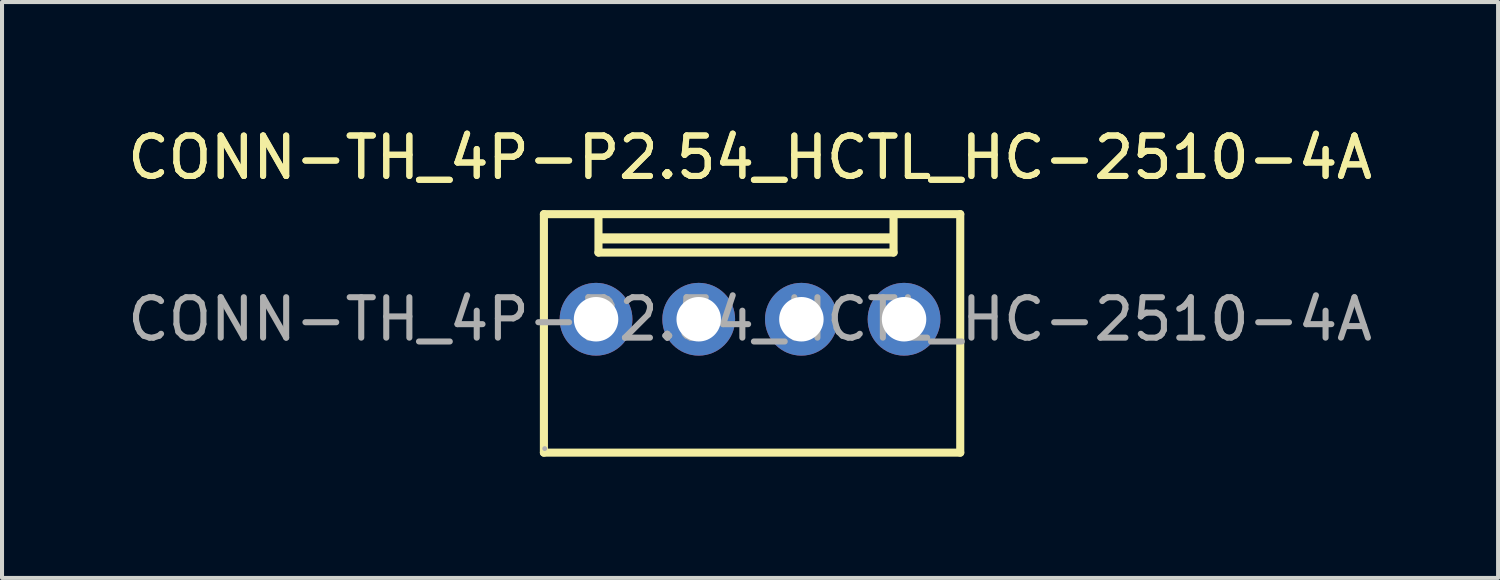
<source format=kicad_pcb>
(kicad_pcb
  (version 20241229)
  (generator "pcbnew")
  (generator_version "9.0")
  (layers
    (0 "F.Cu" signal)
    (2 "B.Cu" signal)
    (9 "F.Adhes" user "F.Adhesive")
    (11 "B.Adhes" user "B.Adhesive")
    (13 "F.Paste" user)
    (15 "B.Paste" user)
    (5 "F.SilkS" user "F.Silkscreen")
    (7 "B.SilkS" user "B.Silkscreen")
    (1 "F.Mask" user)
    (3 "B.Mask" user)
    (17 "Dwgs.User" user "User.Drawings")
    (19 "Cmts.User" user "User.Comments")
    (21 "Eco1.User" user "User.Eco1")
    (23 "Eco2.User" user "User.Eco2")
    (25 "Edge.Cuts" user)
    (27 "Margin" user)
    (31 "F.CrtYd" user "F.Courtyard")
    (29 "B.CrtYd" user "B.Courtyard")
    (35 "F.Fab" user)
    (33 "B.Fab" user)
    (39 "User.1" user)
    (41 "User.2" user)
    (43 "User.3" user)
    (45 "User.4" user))
  (footprint "CONN-TH_4P-P2.54_HCTL_HC-2510-4A"
    (layer "F.Cu")
    (at 15.506 4.848)
    (property "Reference" "CONN-TH_4P-P2.54_HCTL_HC-2510-4A" (at 0 -4 0) (layer "F.SilkS") (effects (font (size 1 1) (thickness 0.15))))
    (attr through_hole)
    (fp_line (start -5.1 -2.6) (end -5.1 3.3) (stroke (width 0.2) (type solid)) (layer "F.SilkS"))
    (fp_line (start -5.1 -2.6) (end 5.2 -2.6) (stroke (width 0.2) (type solid)) (layer "F.SilkS"))
    (fp_line (start -3.75 -2.55) (end -3.75 -1.65) (stroke (width 0.2) (type solid)) (layer "F.SilkS"))
    (fp_line (start -3.7 -2) (end 3.5 -2) (stroke (width 0.25) (type solid)) (layer "F.SilkS"))
    (fp_line (start 3.55 -2.55) (end 3.55 -1.65) (stroke (width 0.2) (type solid)) (layer "F.SilkS"))
    (fp_line (start 3.55 -1.65) (end -3.75 -1.65) (stroke (width 0.2) (type solid)) (layer "F.SilkS"))
    (fp_line (start 5.2 -2.6) (end 5.2 3.3) (stroke (width 0.2) (type solid)) (layer "F.SilkS"))
    (fp_line (start 5.2 3.3) (end -5.1 3.3) (stroke (width 0.2) (type solid)) (layer "F.SilkS"))
    (fp_circle (center -5.08 3.2) (end -5.05 3.2) (stroke (width 0.06) (type solid)) (fill no) (layer "F.Fab"))
    (fp_text user "${REFERENCE}" (at 0 -4 0) (layer "F.SilkS") (effects (font (size 1 1) (thickness 0.15))))
    (fp_text user "${REFERENCE}" (at 0 0 0) (layer "F.Fab") (effects (font (size 1 1) (thickness 0.15))))
    (pad "1" thru_hole circle (at -3.81 0) (size 1.8 1.8) (drill 1.1) (layers "*.Cu" "*.Mask"))
    (pad "2" thru_hole circle (at -1.27 0) (size 1.8 1.8) (drill 1.1) (layers "*.Cu" "*.Mask"))
    (pad "3" thru_hole circle (at 1.27 0) (size 1.8 1.8) (drill 1.1) (layers "*.Cu" "*.Mask"))
    (pad "4" thru_hole circle (at 3.81 0) (size 1.8 1.8) (drill 1.1) (layers "*.Cu" "*.Mask")))
  (gr_rect
    (start -3 -3)
    (end 34.012 11.248)
    (stroke (width 0.1) (type default))
    (fill no)
    (layer "Edge.Cuts")))
</source>
